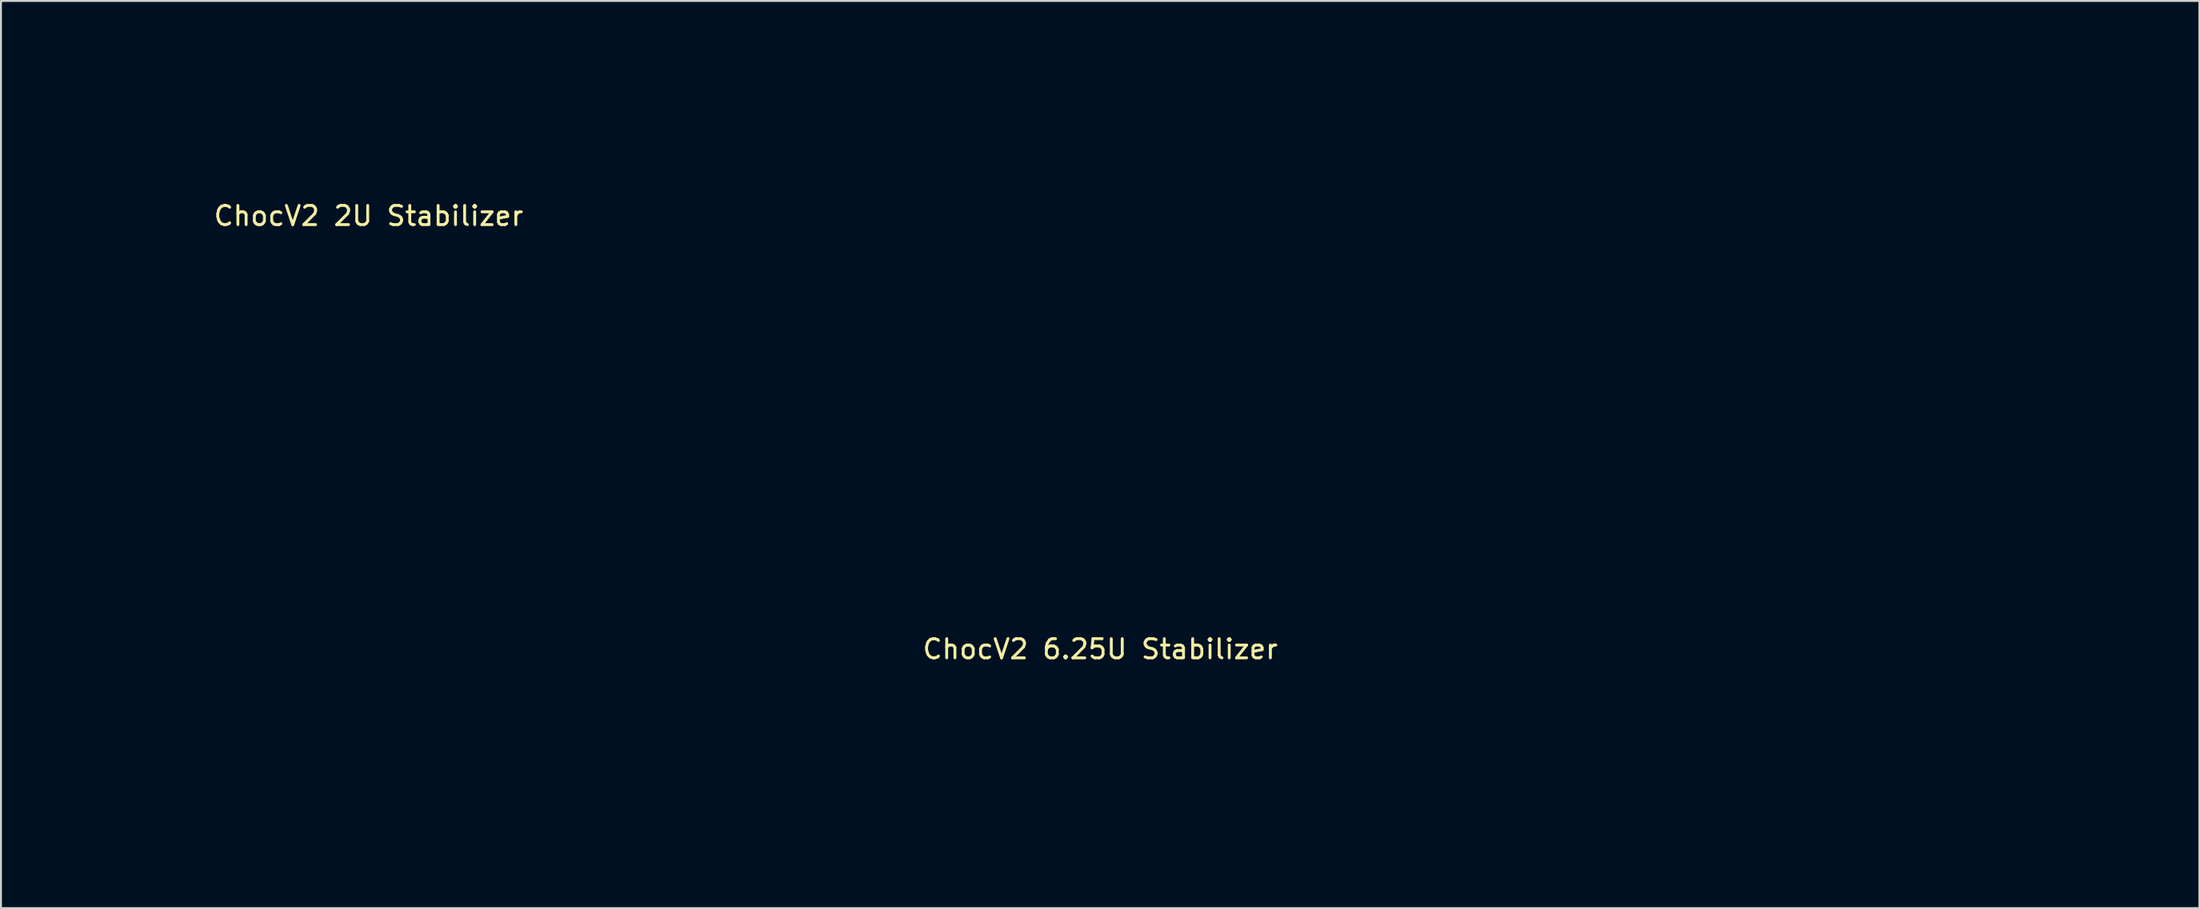
<source format=kicad_pcb>
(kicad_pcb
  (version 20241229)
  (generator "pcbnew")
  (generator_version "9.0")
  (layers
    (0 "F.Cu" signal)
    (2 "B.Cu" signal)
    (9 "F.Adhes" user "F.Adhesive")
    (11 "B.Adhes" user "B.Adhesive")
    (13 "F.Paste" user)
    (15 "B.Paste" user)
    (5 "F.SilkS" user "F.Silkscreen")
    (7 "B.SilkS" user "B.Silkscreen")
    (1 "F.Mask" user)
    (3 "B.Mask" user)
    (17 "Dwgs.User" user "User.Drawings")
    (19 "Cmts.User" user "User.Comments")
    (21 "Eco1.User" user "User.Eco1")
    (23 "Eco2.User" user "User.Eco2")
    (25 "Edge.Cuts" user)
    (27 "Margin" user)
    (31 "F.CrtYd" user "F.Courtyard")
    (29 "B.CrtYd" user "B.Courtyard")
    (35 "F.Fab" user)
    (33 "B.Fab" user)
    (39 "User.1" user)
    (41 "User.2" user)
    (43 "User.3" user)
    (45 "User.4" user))
  (footprint "ChocV2 6.25U Stabilizer"
    (layer "F.Cu")
    (at 54.256 31.669)
    (property "Reference" "ChocV2 6.25U Stabilizer" (at 0 -0.89 0) (unlocked yes) (layer "F.SilkS") (effects (font (size 1 1) (thickness 0.15))))
    (fp_line (start -54.206 -0.444) (end -54.206 2.355) (stroke (width 0.1) (type solid)) (layer "Eco2.User"))
    (fp_line (start -54.206 2.355) (end -53.382 2.355) (stroke (width 0.1) (type solid)) (layer "Eco2.User"))
    (fp_line (start -53.382 -6.714) (end -53.382 -0.444) (stroke (width 0.1) (type solid)) (layer "Eco2.User"))
    (fp_line (start -53.382 -0.444) (end -54.206 -0.444) (stroke (width 0.1) (type solid)) (layer "Eco2.User"))
    (fp_line (start -53.382 2.355) (end -53.382 5.586) (stroke (width 0.1) (type solid)) (layer "Eco2.User"))
    (fp_line (start -53.382 5.586) (end -51.657 5.586) (stroke (width 0.1) (type solid)) (layer "Eco2.User"))
    (fp_line (start -51.657 -7.694) (end -51.657 -6.714) (stroke (width 0.1) (type solid)) (layer "Eco2.User"))
    (fp_line (start -51.657 -6.714) (end -53.382 -6.714) (stroke (width 0.1) (type solid)) (layer "Eco2.User"))
    (fp_line (start -51.657 5.586) (end -51.657 6.507) (stroke (width 0.1) (type solid)) (layer "Eco2.User"))
    (fp_line (start -51.657 6.507) (end -48.356 6.507) (stroke (width 0.1) (type solid)) (layer "Eco2.User"))
    (fp_line (start -48.356 -7.694) (end -51.657 -7.694) (stroke (width 0.1) (type solid)) (layer "Eco2.User"))
    (fp_line (start -48.356 -6.714) (end -48.356 -7.694) (stroke (width 0.1) (type solid)) (layer "Eco2.User"))
    (fp_line (start -48.356 5.586) (end -46.631 5.586) (stroke (width 0.1) (type solid)) (layer "Eco2.User"))
    (fp_line (start -48.356 6.507) (end -48.356 5.586) (stroke (width 0.1) (type solid)) (layer "Eco2.User"))
    (fp_line (start -46.631 -6.714) (end -48.356 -6.714) (stroke (width 0.1) (type solid)) (layer "Eco2.User"))
    (fp_line (start -46.631 -0.444) (end -46.631 -6.714) (stroke (width 0.1) (type solid)) (layer "Eco2.User"))
    (fp_line (start -46.631 2.355) (end -45.807 2.355) (stroke (width 0.1) (type solid)) (layer "Eco2.User"))
    (fp_line (start -46.631 5.586) (end -46.631 2.355) (stroke (width 0.1) (type solid)) (layer "Eco2.User"))
    (fp_line (start -45.807 -0.444) (end -46.631 -0.444) (stroke (width 0.1) (type solid)) (layer "Eco2.User"))
    (fp_line (start -45.807 2.355) (end -45.807 -0.444) (stroke (width 0.1) (type solid)) (layer "Eco2.User"))
    (fp_line (start 45.795 -0.444) (end 45.795 2.355) (stroke (width 0.1) (type solid)) (layer "Eco2.User"))
    (fp_line (start 45.795 2.355) (end 46.619 2.355) (stroke (width 0.1) (type solid)) (layer "Eco2.User"))
    (fp_line (start 46.618 -6.714) (end 46.619 -0.444) (stroke (width 0.1) (type solid)) (layer "Eco2.User"))
    (fp_line (start 46.618 2.355) (end 46.618 5.586) (stroke (width 0.1) (type solid)) (layer "Eco2.User"))
    (fp_line (start 46.618 5.586) (end 48.343 5.586) (stroke (width 0.1) (type solid)) (layer "Eco2.User"))
    (fp_line (start 46.619 -0.444) (end 45.795 -0.444) (stroke (width 0.1) (type solid)) (layer "Eco2.User"))
    (fp_line (start 48.343 -7.694) (end 48.343 -6.714) (stroke (width 0.1) (type solid)) (layer "Eco2.User"))
    (fp_line (start 48.343 -6.714) (end 46.618 -6.714) (stroke (width 0.1) (type solid)) (layer "Eco2.User"))
    (fp_line (start 48.343 5.586) (end 48.343 6.507) (stroke (width 0.1) (type solid)) (layer "Eco2.User"))
    (fp_line (start 48.343 6.507) (end 51.644 6.507) (stroke (width 0.1) (type solid)) (layer "Eco2.User"))
    (fp_line (start 51.644 -7.694) (end 48.343 -7.694) (stroke (width 0.1) (type solid)) (layer "Eco2.User"))
    (fp_line (start 51.644 -6.714) (end 51.644 -7.694) (stroke (width 0.1) (type solid)) (layer "Eco2.User"))
    (fp_line (start 51.644 5.586) (end 53.369 5.586) (stroke (width 0.1) (type solid)) (layer "Eco2.User"))
    (fp_line (start 51.644 6.507) (end 51.644 5.586) (stroke (width 0.1) (type solid)) (layer "Eco2.User"))
    (fp_line (start 53.369 -6.714) (end 51.644 -6.714) (stroke (width 0.1) (type solid)) (layer "Eco2.User"))
    (fp_line (start 53.369 -0.444) (end 53.369 -6.714) (stroke (width 0.1) (type solid)) (layer "Eco2.User"))
    (fp_line (start 53.369 2.355) (end 54.193 2.355) (stroke (width 0.1) (type solid)) (layer "Eco2.User"))
    (fp_line (start 53.369 5.586) (end 53.369 2.355) (stroke (width 0.1) (type solid)) (layer "Eco2.User"))
    (fp_line (start 54.193 -0.444) (end 53.369 -0.444) (stroke (width 0.1) (type solid)) (layer "Eco2.User"))
    (fp_line (start 54.193 2.355) (end 54.193 -0.444) (stroke (width 0.1) (type solid)) (layer "Eco2.User"))
    (fp_rect (start -7 -6.944) (end 7 7.056) (stroke (width 0.1) (type solid)) (fill no) (layer "Eco2.User"))
    (fp_rect (start 9.5 9.556) (end -9.525 -9.469) (stroke (width 0.1) (type solid)) (fill no) (layer "Eco2.User")))
  (footprint "ChocV2 2U Stabilizer"
    (layer "F.Cu")
    (at 16.149 9.498)
    (property "Reference" "ChocV2 2U Stabilizer" (at 0 -1.297 0) (unlocked yes) (layer "F.SilkS") (effects (font (size 1 1) (thickness 0.15))))
    (fp_line (start -16.099 -2.222) (end -16.099 0.577) (stroke (width 0.1) (type solid)) (layer "Eco2.User"))
    (fp_line (start -16.099 0.577) (end -15.273 0.577) (stroke (width 0.1) (type solid)) (layer "Eco2.User"))
    (fp_line (start -15.273 -5.452) (end -15.273 -2.222) (stroke (width 0.1) (type solid)) (layer "Eco2.User"))
    (fp_line (start -15.273 -2.222) (end -16.099 -2.222) (stroke (width 0.1) (type solid)) (layer "Eco2.User"))
    (fp_line (start -15.273 0.577) (end -15.273 6.847) (stroke (width 0.1) (type solid)) (layer "Eco2.User"))
    (fp_line (start -15.273 6.847) (end -13.548 6.847) (stroke (width 0.1) (type solid)) (layer "Eco2.User"))
    (fp_line (start -13.548 -6.374) (end -13.548 -5.452) (stroke (width 0.1) (type solid)) (layer "Eco2.User"))
    (fp_line (start -13.548 -5.452) (end -15.273 -5.452) (stroke (width 0.1) (type solid)) (layer "Eco2.User"))
    (fp_line (start -13.548 6.847) (end -13.548 7.828) (stroke (width 0.1) (type solid)) (layer "Eco2.User"))
    (fp_line (start -13.548 7.828) (end -10.249 7.828) (stroke (width 0.1) (type solid)) (layer "Eco2.User"))
    (fp_line (start -10.249 -6.374) (end -13.548 -6.374) (stroke (width 0.1) (type solid)) (layer "Eco2.User"))
    (fp_line (start -10.249 -5.452) (end -10.249 -6.374) (stroke (width 0.1) (type solid)) (layer "Eco2.User"))
    (fp_line (start -10.249 6.847) (end -8.524 6.847) (stroke (width 0.1) (type solid)) (layer "Eco2.User"))
    (fp_line (start -10.249 7.828) (end -10.249 6.847) (stroke (width 0.1) (type solid)) (layer "Eco2.User"))
    (fp_line (start -8.524 -5.452) (end -10.249 -5.452) (stroke (width 0.1) (type solid)) (layer "Eco2.User"))
    (fp_line (start -8.524 -2.222) (end -8.524 -5.452) (stroke (width 0.1) (type solid)) (layer "Eco2.User"))
    (fp_line (start -8.524 6.847) (end -8.52 0.577) (stroke (width 0.1) (type solid)) (layer "Eco2.User"))
    (fp_line (start -8.52 0.577) (end -7.695 0.577) (stroke (width 0.1) (type solid)) (layer "Eco2.User"))
    (fp_line (start -7.695 -2.222) (end -8.52 -2.222) (stroke (width 0.1) (type solid)) (layer "Eco2.User"))
    (fp_line (start -7.695 0.577) (end -7.695 -2.222) (stroke (width 0.1) (type solid)) (layer "Eco2.User"))
    (fp_line (start 7.702 -2.222) (end 7.702 0.577) (stroke (width 0.1) (type solid)) (layer "Eco2.User"))
    (fp_line (start 7.702 0.577) (end 8.527 0.577) (stroke (width 0.1) (type solid)) (layer "Eco2.User"))
    (fp_line (start 8.527 -5.452) (end 8.527 -2.222) (stroke (width 0.1) (type solid)) (layer "Eco2.User"))
    (fp_line (start 8.527 -2.222) (end 7.702 -2.222) (stroke (width 0.1) (type solid)) (layer "Eco2.User"))
    (fp_line (start 8.527 0.577) (end 8.527 6.847) (stroke (width 0.1) (type solid)) (layer "Eco2.User"))
    (fp_line (start 8.527 6.847) (end 10.252 6.847) (stroke (width 0.1) (type solid)) (layer "Eco2.User"))
    (fp_line (start 10.252 -6.374) (end 10.252 -5.452) (stroke (width 0.1) (type solid)) (layer "Eco2.User"))
    (fp_line (start 10.252 -5.452) (end 8.527 -5.452) (stroke (width 0.1) (type solid)) (layer "Eco2.User"))
    (fp_line (start 10.252 6.847) (end 10.252 7.828) (stroke (width 0.1) (type solid)) (layer "Eco2.User"))
    (fp_line (start 10.252 7.828) (end 13.551 7.828) (stroke (width 0.1) (type solid)) (layer "Eco2.User"))
    (fp_line (start 13.551 -6.374) (end 10.252 -6.374) (stroke (width 0.1) (type solid)) (layer "Eco2.User"))
    (fp_line (start 13.551 -5.452) (end 13.551 -6.374) (stroke (width 0.1) (type solid)) (layer "Eco2.User"))
    (fp_line (start 13.551 6.847) (end 15.276 6.847) (stroke (width 0.1) (type solid)) (layer "Eco2.User"))
    (fp_line (start 13.551 7.828) (end 13.551 6.847) (stroke (width 0.1) (type solid)) (layer "Eco2.User"))
    (fp_line (start 15.276 -5.452) (end 13.551 -5.452) (stroke (width 0.1) (type solid)) (layer "Eco2.User"))
    (fp_line (start 15.276 -2.222) (end 15.276 -5.452) (stroke (width 0.1) (type solid)) (layer "Eco2.User"))
    (fp_line (start 15.276 0.577) (end 16.102 0.577) (stroke (width 0.1) (type solid)) (layer "Eco2.User"))
    (fp_line (start 15.276 6.847) (end 15.276 0.577) (stroke (width 0.1) (type solid)) (layer "Eco2.User"))
    (fp_line (start 16.102 -2.222) (end 15.276 -2.222) (stroke (width 0.1) (type solid)) (layer "Eco2.User"))
    (fp_line (start 16.102 0.577) (end 16.102 -2.222) (stroke (width 0.1) (type solid)) (layer "Eco2.User"))
    (fp_rect (start -9.53 -9.448) (end 9.52 9.602) (stroke (width 0.1) (type solid)) (fill no) (layer "Eco2.User"))
    (fp_rect (start -7 -6.923) (end 7 7.077) (stroke (width 0.1) (type solid)) (fill no) (layer "Eco2.User")))
  (gr_rect
    (start -3 -3)
    (end 111.499 44.275)
    (stroke (width 0.1) (type default))
    (fill no)
    (layer "Edge.Cuts")))
</source>
